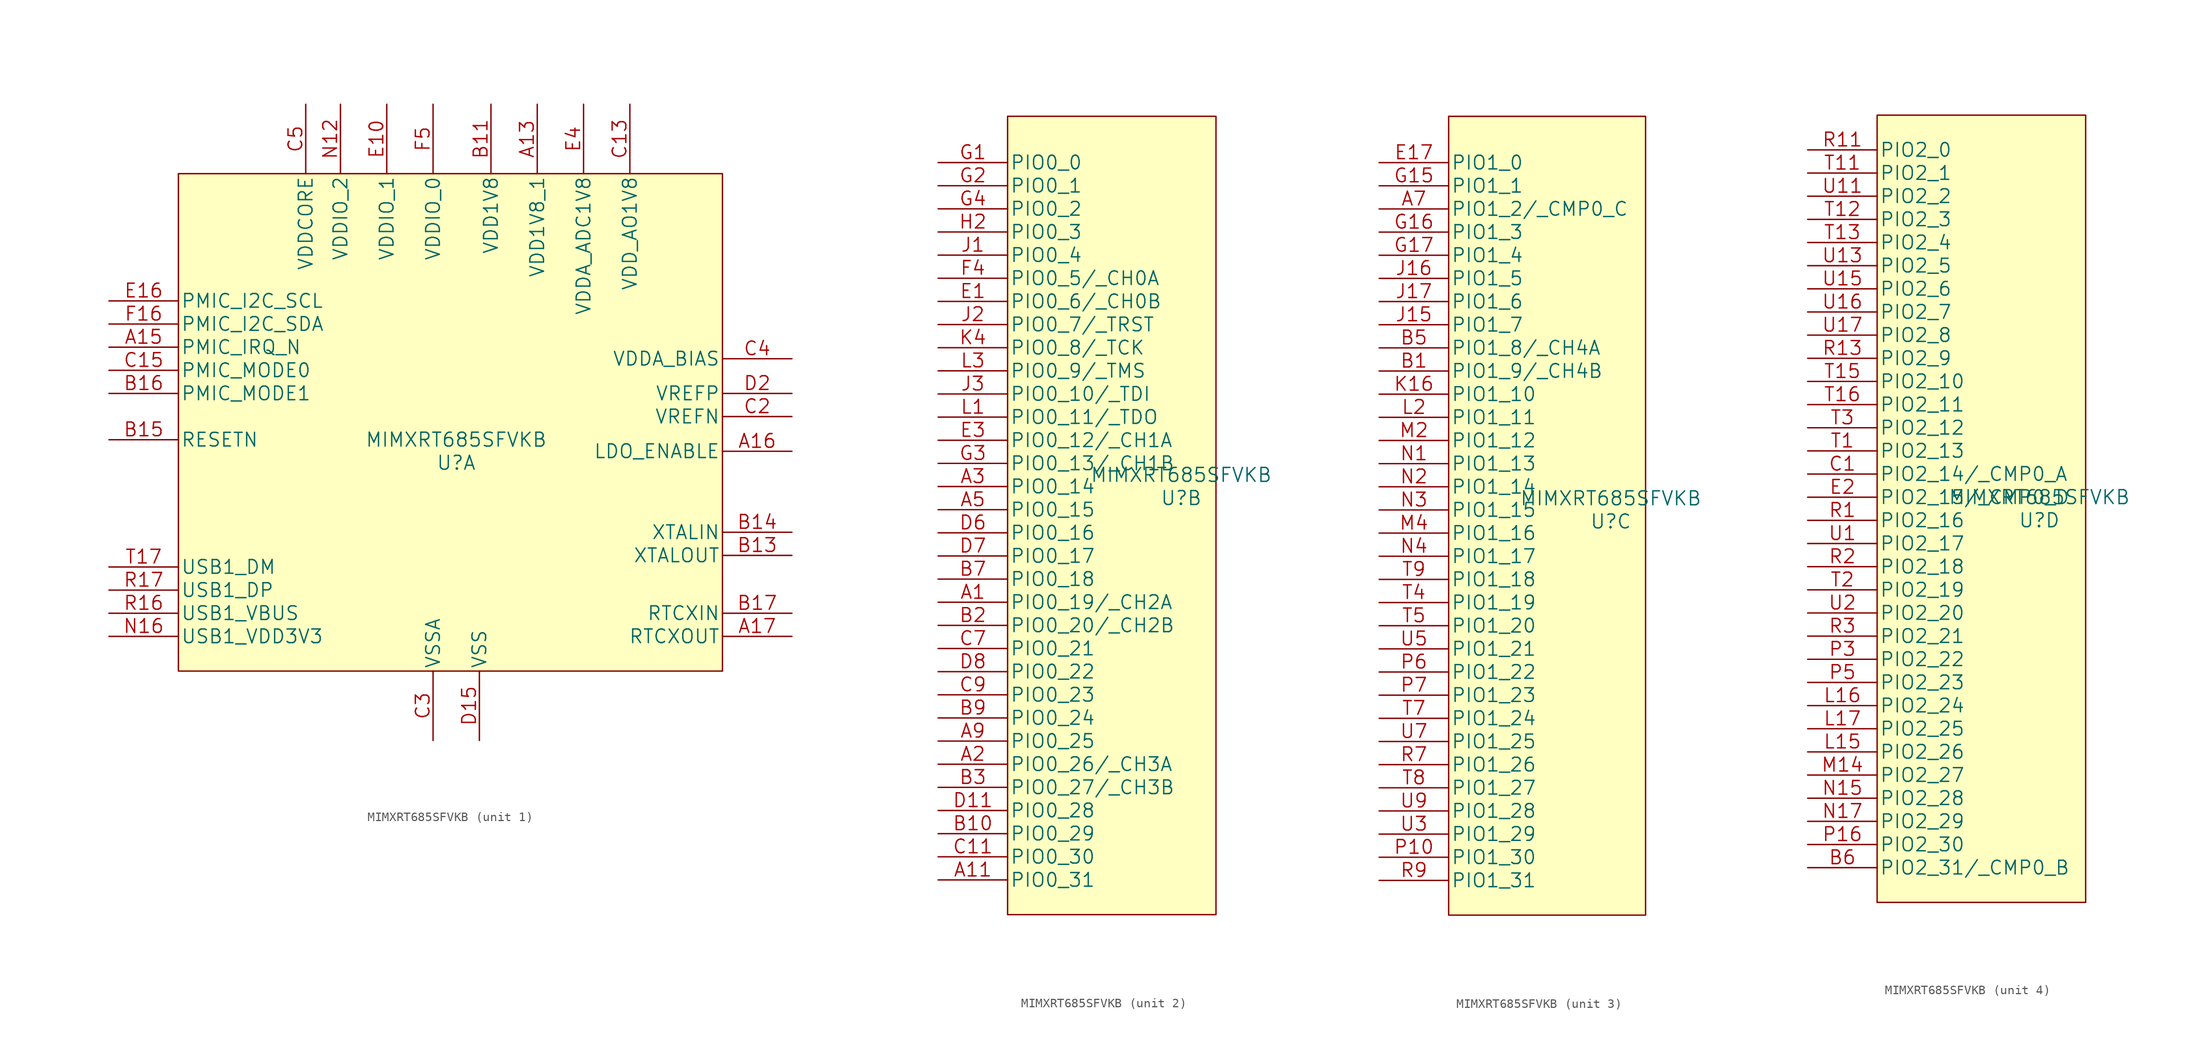
<source format=kicad_sym>
(kicad_symbol_lib
  (version 20211014)
  (generator kicad_symbol_editor)
  (symbol "MIMXRT685SFVKB"
    (pin_names
      (offset 0.254))
    (property "Reference" "U"
      (at 0 -2.54 0)
      (effects (font (size 1.524 1.524))))
    (property "Value" "MIMXRT685SFVKB"
      (at 0 0 0)
      (effects (font (size 1.524 1.524))))
    (property "Datasheet" ""
      (at -25.4 16.51 0)
      (effects (font (size 1.524 1.524))))
    (property "ki_locked" ""
      (at 0 0 0)
      (effects (font (size 1.27 1.27))))
    (symbol "MIMXRT685SFVKB_1_1"
      (rectangle (start -30.48 29.21) (end 29.21 -25.4) (stroke (width 0) (type default) (color 0 0 0 0)) (fill (type background)))
      (pin power_in line (at 8.89 36.83 270) (length 7.62) (name "VDD1V8_1" (effects (font (size 1.499 1.499)))) (number "A13" (effects (font (size 1.499 1.499)))))
      (pin input line (at -38.1 10.16 0) (length 7.62) (name "PMIC_IRQ_N" (effects (font (size 1.499 1.499)))) (number "A15" (effects (font (size 1.499 1.499)))))
      (pin power_in line (at 36.83 -1.27 180) (length 7.62) (name "LDO_ENABLE" (effects (font (size 1.499 1.499)))) (number "A16" (effects (font (size 1.499 1.499)))))
      (pin output line (at 36.83 -21.59 180) (length 7.62) (name "RTCXOUT" (effects (font (size 1.499 1.499)))) (number "A17" (effects (font (size 1.499 1.499)))))
      (pin power_in line (at 3.81 36.83 270) (length 7.62) (name "VDD1V8" (effects (font (size 1.499 1.499)))) (number "B11" (effects (font (size 1.499 1.499)))))
      (pin output line (at 36.83 -12.7 180) (length 7.62) (name "XTALOUT" (effects (font (size 1.499 1.499)))) (number "B13" (effects (font (size 1.499 1.499)))))
      (pin input line (at 36.83 -10.16 180) (length 7.62) (name "XTALIN" (effects (font (size 1.499 1.499)))) (number "B14" (effects (font (size 1.499 1.499)))))
      (pin input line (at -38.1 0 0) (length 7.62) (name "RESETN" (effects (font (size 1.499 1.499)))) (number "B15" (effects (font (size 1.499 1.499)))))
      (pin output line (at -38.1 5.08 0) (length 7.62) (name "PMIC_MODE1" (effects (font (size 1.499 1.499)))) (number "B16" (effects (font (size 1.499 1.499)))))
      (pin input line (at 36.83 -19.05 180) (length 7.62) (name "RTCXIN" (effects (font (size 1.499 1.499)))) (number "B17" (effects (font (size 1.499 1.499)))))
      (pin power_in line (at 19.05 36.83 270) (length 7.62) (name "VDD_AO1V8" (effects (font (size 1.499 1.499)))) (number "C13" (effects (font (size 1.499 1.499)))))
      (pin output line (at -38.1 7.62 0) (length 7.62) (name "PMIC_MODE0" (effects (font (size 1.499 1.499)))) (number "C15" (effects (font (size 1.499 1.499)))))
      (pin power_in line (at 3.81 36.83 270) (length 7.62) hide (name "VDD1V8" (effects (font (size 1.499 1.499)))) (number "C16" (effects (font (size 1.499 1.499)))))
      (pin power_in line (at 3.81 36.83 270) (length 7.62) hide (name "VDD1V8" (effects (font (size 1.499 1.499)))) (number "C17" (effects (font (size 1.499 1.499)))))
      (pin power_in line (at 36.83 2.54 180) (length 7.62) (name "VREFN" (effects (font (size 1.499 1.499)))) (number "C2" (effects (font (size 1.499 1.499)))))
      (pin power_in line (at -2.54 -33.02 90) (length 7.62) (name "VSSA" (effects (font (size 1.499 1.499)))) (number "C3" (effects (font (size 1.499 1.499)))))
      (pin power_in line (at 36.83 8.89 180) (length 7.62) (name "VDDA_BIAS" (effects (font (size 1.499 1.499)))) (number "C4" (effects (font (size 1.499 1.499)))))
      (pin power_in line (at -16.51 36.83 270) (length 7.62) (name "VDDCORE" (effects (font (size 1.499 1.499)))) (number "C5" (effects (font (size 1.499 1.499)))))
      (pin power_in line (at -2.54 -33.02 90) (length 7.62) hide (name "VSSA" (effects (font (size 1.499 1.499)))) (number "D12" (effects (font (size 1.499 1.499)))))
      (pin power_in line (at 19.05 36.83 270) (length 7.62) hide (name "VDD_AO1V8" (effects (font (size 1.499 1.499)))) (number "D13" (effects (font (size 1.499 1.499)))))
      (pin power_in line (at 2.54 -33.02 90) (length 7.62) (name "VSS" (effects (font (size 1.499 1.499)))) (number "D15" (effects (font (size 1.499 1.499)))))
      (pin power_in line (at 36.83 5.08 180) (length 7.62) (name "VREFP" (effects (font (size 1.499 1.499)))) (number "D2" (effects (font (size 1.499 1.499)))))
      (pin power_in line (at 2.54 -33.02 90) (length 7.62) hide (name "VSS" (effects (font (size 1.499 1.499)))) (number "D5" (effects (font (size 1.499 1.499)))))
      (pin power_in line (at -16.51 36.83 270) (length 7.62) hide (name "VDDCORE" (effects (font (size 1.499 1.499)))) (number "D9" (effects (font (size 1.499 1.499)))))
      (pin power_in line (at -7.62 36.83 270) (length 7.62) (name "VDDIO_1" (effects (font (size 1.499 1.499)))) (number "E10" (effects (font (size 1.499 1.499)))))
      (pin power_in line (at 2.54 -33.02 90) (length 7.62) hide (name "VSS" (effects (font (size 1.499 1.499)))) (number "E12" (effects (font (size 1.499 1.499)))))
      (pin power_in line (at 2.54 -33.02 90) (length 7.62) hide (name "VSS" (effects (font (size 1.499 1.499)))) (number "E14" (effects (font (size 1.499 1.499)))))
      (pin power_in line (at 3.81 36.83 270) (length 7.62) hide (name "VDD1V8" (effects (font (size 1.499 1.499)))) (number "E15" (effects (font (size 1.499 1.499)))))
      (pin output line (at -38.1 15.24 0) (length 7.62) (name "PMIC_I2C_SCL" (effects (font (size 1.499 1.499)))) (number "E16" (effects (font (size 1.499 1.499)))))
      (pin power_in line (at 13.97 36.83 270) (length 7.62) (name "VDDA_ADC1V8" (effects (font (size 1.499 1.499)))) (number "E4" (effects (font (size 1.499 1.499)))))
      (pin power_in line (at -7.62 36.83 270) (length 7.62) hide (name "VDDIO_1" (effects (font (size 1.499 1.499)))) (number "E6" (effects (font (size 1.499 1.499)))))
      (pin power_in line (at -7.62 36.83 270) (length 7.62) hide (name "VDDIO_1" (effects (font (size 1.499 1.499)))) (number "E8" (effects (font (size 1.499 1.499)))))
      (pin power_in line (at 2.54 -33.02 90) (length 7.62) hide (name "VSS" (effects (font (size 1.499 1.499)))) (number "F11" (effects (font (size 1.499 1.499)))))
      (pin power_in line (at 3.81 36.83 270) (length 7.62) hide (name "VDD1V8" (effects (font (size 1.499 1.499)))) (number "F13" (effects (font (size 1.499 1.499)))))
      (pin power_in line (at -16.51 36.83 270) (length 7.62) hide (name "VDDCORE" (effects (font (size 1.499 1.499)))) (number "F14" (effects (font (size 1.499 1.499)))))
      (pin bidirectional line (at -38.1 12.7 0) (length 7.62) (name "PMIC_I2C_SDA" (effects (font (size 1.499 1.499)))) (number "F16" (effects (font (size 1.499 1.499)))))
      (pin power_in line (at -2.54 36.83 270) (length 7.62) (name "VDDIO_0" (effects (font (size 1.499 1.499)))) (number "F5" (effects (font (size 1.499 1.499)))))
      (pin power_in line (at 2.54 -33.02 90) (length 7.62) hide (name "VSS" (effects (font (size 1.499 1.499)))) (number "F7" (effects (font (size 1.499 1.499)))))
      (pin power_in line (at 2.54 -33.02 90) (length 7.62) hide (name "VSS" (effects (font (size 1.499 1.499)))) (number "G12" (effects (font (size 1.499 1.499)))))
      (pin power_in line (at 3.81 36.83 270) (length 7.62) hide (name "VDD1V8" (effects (font (size 1.499 1.499)))) (number "G14" (effects (font (size 1.499 1.499)))))
      (pin power_in line (at 2.54 -33.02 90) (length 7.62) hide (name "VSS" (effects (font (size 1.499 1.499)))) (number "G6" (effects (font (size 1.499 1.499)))))
      (pin power_in line (at 2.54 -33.02 90) (length 7.62) hide (name "VSS" (effects (font (size 1.499 1.499)))) (number "H10" (effects (font (size 1.499 1.499)))))
      (pin power_in line (at -7.62 36.83 270) (length 7.62) hide (name "VDDIO_1" (effects (font (size 1.499 1.499)))) (number "H13" (effects (font (size 1.499 1.499)))))
      (pin power_in line (at -7.62 36.83 270) (length 7.62) hide (name "VDDIO_1" (effects (font (size 1.499 1.499)))) (number "H14" (effects (font (size 1.499 1.499)))))
      (pin power_in line (at -2.54 36.83 270) (length 7.62) hide (name "VDDIO_0" (effects (font (size 1.499 1.499)))) (number "H5" (effects (font (size 1.499 1.499)))))
      (pin power_in line (at 2.54 -33.02 90) (length 7.62) hide (name "VSS" (effects (font (size 1.499 1.499)))) (number "H8" (effects (font (size 1.499 1.499)))))
      (pin power_in line (at 2.54 -33.02 90) (length 7.62) hide (name "VSS" (effects (font (size 1.499 1.499)))) (number "H9" (effects (font (size 1.499 1.499)))))
      (pin power_in line (at 2.54 -33.02 90) (length 7.62) hide (name "VSS" (effects (font (size 1.499 1.499)))) (number "J10" (effects (font (size 1.499 1.499)))))
      (pin power_in line (at -16.51 36.83 270) (length 7.62) hide (name "VDDCORE" (effects (font (size 1.499 1.499)))) (number "J14" (effects (font (size 1.499 1.499)))))
      (pin power_in line (at -16.51 36.83 270) (length 7.62) hide (name "VDDCORE" (effects (font (size 1.499 1.499)))) (number "J4" (effects (font (size 1.499 1.499)))))
      (pin power_in line (at 2.54 -33.02 90) (length 7.62) hide (name "VSS" (effects (font (size 1.499 1.499)))) (number "J8" (effects (font (size 1.499 1.499)))))
      (pin power_in line (at 2.54 -33.02 90) (length 7.62) hide (name "VSS" (effects (font (size 1.499 1.499)))) (number "K10" (effects (font (size 1.499 1.499)))))
      (pin power_in line (at -7.62 36.83 270) (length 7.62) hide (name "VDDIO_1" (effects (font (size 1.499 1.499)))) (number "K13" (effects (font (size 1.499 1.499)))))
      (pin power_in line (at -2.54 36.83 270) (length 7.62) hide (name "VDDIO_0" (effects (font (size 1.499 1.499)))) (number "K5" (effects (font (size 1.499 1.499)))))
      (pin power_in line (at 2.54 -33.02 90) (length 7.62) hide (name "VSS" (effects (font (size 1.499 1.499)))) (number "K8" (effects (font (size 1.499 1.499)))))
      (pin power_in line (at 2.54 -33.02 90) (length 7.62) hide (name "VSS" (effects (font (size 1.499 1.499)))) (number "K9" (effects (font (size 1.499 1.499)))))
      (pin power_in line (at 2.54 -33.02 90) (length 7.62) hide (name "VSS" (effects (font (size 1.499 1.499)))) (number "L12" (effects (font (size 1.499 1.499)))))
      (pin power_in line (at -7.62 36.83 270) (length 7.62) hide (name "VDDIO_1" (effects (font (size 1.499 1.499)))) (number "L14" (effects (font (size 1.499 1.499)))))
      (pin power_in line (at 3.81 36.83 270) (length 7.62) hide (name "VDD1V8" (effects (font (size 1.499 1.499)))) (number "L4" (effects (font (size 1.499 1.499)))))
      (pin power_in line (at 2.54 -33.02 90) (length 7.62) hide (name "VSS" (effects (font (size 1.499 1.499)))) (number "L6" (effects (font (size 1.499 1.499)))))
      (pin power_in line (at 2.54 -33.02 90) (length 7.62) hide (name "VSS" (effects (font (size 1.499 1.499)))) (number "M11" (effects (font (size 1.499 1.499)))))
      (pin power_in line (at 2.54 -33.02 90) (length 7.62) hide (name "VSS" (effects (font (size 1.499 1.499)))) (number "M13" (effects (font (size 1.499 1.499)))))
      (pin power_in line (at -2.54 36.83 270) (length 7.62) hide (name "VDDIO_0" (effects (font (size 1.499 1.499)))) (number "M5" (effects (font (size 1.499 1.499)))))
      (pin power_in line (at 2.54 -33.02 90) (length 7.62) hide (name "VSS" (effects (font (size 1.499 1.499)))) (number "M7" (effects (font (size 1.499 1.499)))))
      (pin power_in line (at -2.54 36.83 270) (length 7.62) hide (name "VDDIO_0" (effects (font (size 1.499 1.499)))) (number "N10" (effects (font (size 1.499 1.499)))))
      (pin power_in line (at -12.7 36.83 270) (length 7.62) (name "VDDIO_2" (effects (font (size 1.499 1.499)))) (number "N12" (effects (font (size 1.499 1.499)))))
      (pin power_in line (at 2.54 -33.02 90) (length 7.62) hide (name "VSS" (effects (font (size 1.499 1.499)))) (number "N14" (effects (font (size 1.499 1.499)))))
      (pin power_in line (at -38.1 -21.59 0) (length 7.62) (name "USB1_VDD3V3" (effects (font (size 1.499 1.499)))) (number "N16" (effects (font (size 1.499 1.499)))))
      (pin power_in line (at -2.54 36.83 270) (length 7.62) hide (name "VDDIO_0" (effects (font (size 1.499 1.499)))) (number "N6" (effects (font (size 1.499 1.499)))))
      (pin power_in line (at -2.54 36.83 270) (length 7.62) hide (name "VDDIO_0" (effects (font (size 1.499 1.499)))) (number "N8" (effects (font (size 1.499 1.499)))))
      (pin power_in line (at -12.7 36.83 270) (length 7.62) hide (name "VDDIO_2" (effects (font (size 1.499 1.499)))) (number "P11" (effects (font (size 1.499 1.499)))))
      (pin power_in line (at -12.7 36.83 270) (length 7.62) hide (name "VDDIO_2" (effects (font (size 1.499 1.499)))) (number "P12" (effects (font (size 1.499 1.499)))))
      (pin power_in line (at 2.54 -33.02 90) (length 7.62) hide (name "VSS" (effects (font (size 1.499 1.499)))) (number "P13" (effects (font (size 1.499 1.499)))))
      (pin power_in line (at -16.51 36.83 270) (length 7.62) hide (name "VDDCORE" (effects (font (size 1.499 1.499)))) (number "P9" (effects (font (size 1.499 1.499)))))
      (pin power_in line (at -16.51 36.83 270) (length 7.62) hide (name "VDDCORE" (effects (font (size 1.499 1.499)))) (number "R14" (effects (font (size 1.499 1.499)))))
      (pin power_in line (at 3.81 36.83 270) (length 7.62) hide (name "VDD1V8" (effects (font (size 1.499 1.499)))) (number "R15" (effects (font (size 1.499 1.499)))))
      (pin input line (at -38.1 -19.05 0) (length 7.62) (name "USB1_VBUS" (effects (font (size 1.499 1.499)))) (number "R16" (effects (font (size 1.499 1.499)))))
      (pin bidirectional line (at -38.1 -16.51 0) (length 7.62) (name "USB1_DP" (effects (font (size 1.499 1.499)))) (number "R17" (effects (font (size 1.499 1.499)))))
      (pin power_in line (at -16.51 36.83 270) (length 7.62) hide (name "VDDCORE" (effects (font (size 1.499 1.499)))) (number "R5" (effects (font (size 1.499 1.499)))))
      (pin bidirectional line (at -38.1 -13.97 0) (length 7.62) (name "USB1_DM" (effects (font (size 1.499 1.499)))) (number "T17" (effects (font (size 1.499 1.499))))))
    (symbol "MIMXRT685SFVKB_2_1"
      (rectangle (start -19.05 39.37) (end 3.81 -48.26) (stroke (width 0) (type default) (color 0 0 0 0)) (fill (type background)))
      (pin bidirectional line (at -26.67 -13.97 0) (length 7.62) (name "PIO0_19/_CH2A" (effects (font (size 1.499 1.499)))) (number "A1" (effects (font (size 1.499 1.499)))))
      (pin bidirectional line (at -26.67 -44.45 0) (length 7.62) (name "PIO0_31" (effects (font (size 1.499 1.499)))) (number "A11" (effects (font (size 1.499 1.499)))))
      (pin bidirectional line (at -26.67 -31.75 0) (length 7.62) (name "PIO0_26/_CH3A" (effects (font (size 1.499 1.499)))) (number "A2" (effects (font (size 1.499 1.499)))))
      (pin bidirectional line (at -26.67 -1.27 0) (length 7.62) (name "PIO0_14" (effects (font (size 1.499 1.499)))) (number "A3" (effects (font (size 1.499 1.499)))))
      (pin bidirectional line (at -26.67 -3.81 0) (length 7.62) (name "PIO0_15" (effects (font (size 1.499 1.499)))) (number "A5" (effects (font (size 1.499 1.499)))))
      (pin bidirectional line (at -26.67 -29.21 0) (length 7.62) (name "PIO0_25" (effects (font (size 1.499 1.499)))) (number "A9" (effects (font (size 1.499 1.499)))))
      (pin bidirectional line (at -26.67 -39.37 0) (length 7.62) (name "PIO0_29" (effects (font (size 1.499 1.499)))) (number "B10" (effects (font (size 1.499 1.499)))))
      (pin bidirectional line (at -26.67 -16.51 0) (length 7.62) (name "PIO0_20/_CH2B" (effects (font (size 1.499 1.499)))) (number "B2" (effects (font (size 1.499 1.499)))))
      (pin bidirectional line (at -26.67 -34.29 0) (length 7.62) (name "PIO0_27/_CH3B" (effects (font (size 1.499 1.499)))) (number "B3" (effects (font (size 1.499 1.499)))))
      (pin bidirectional line (at -26.67 -11.43 0) (length 7.62) (name "PIO0_18" (effects (font (size 1.499 1.499)))) (number "B7" (effects (font (size 1.499 1.499)))))
      (pin bidirectional line (at -26.67 -26.67 0) (length 7.62) (name "PIO0_24" (effects (font (size 1.499 1.499)))) (number "B9" (effects (font (size 1.499 1.499)))))
      (pin bidirectional line (at -26.67 -41.91 0) (length 7.62) (name "PIO0_30" (effects (font (size 1.499 1.499)))) (number "C11" (effects (font (size 1.499 1.499)))))
      (pin bidirectional line (at -26.67 -19.05 0) (length 7.62) (name "PIO0_21" (effects (font (size 1.499 1.499)))) (number "C7" (effects (font (size 1.499 1.499)))))
      (pin bidirectional line (at -26.67 -24.13 0) (length 7.62) (name "PIO0_23" (effects (font (size 1.499 1.499)))) (number "C9" (effects (font (size 1.499 1.499)))))
      (pin bidirectional line (at -26.67 -36.83 0) (length 7.62) (name "PIO0_28" (effects (font (size 1.499 1.499)))) (number "D11" (effects (font (size 1.499 1.499)))))
      (pin bidirectional line (at -26.67 -6.35 0) (length 7.62) (name "PIO0_16" (effects (font (size 1.499 1.499)))) (number "D6" (effects (font (size 1.499 1.499)))))
      (pin bidirectional line (at -26.67 -8.89 0) (length 7.62) (name "PIO0_17" (effects (font (size 1.499 1.499)))) (number "D7" (effects (font (size 1.499 1.499)))))
      (pin bidirectional line (at -26.67 -21.59 0) (length 7.62) (name "PIO0_22" (effects (font (size 1.499 1.499)))) (number "D8" (effects (font (size 1.499 1.499)))))
      (pin bidirectional line (at -26.67 19.05 0) (length 7.62) (name "PIO0_6/_CH0B" (effects (font (size 1.499 1.499)))) (number "E1" (effects (font (size 1.499 1.499)))))
      (pin bidirectional line (at -26.67 3.81 0) (length 7.62) (name "PIO0_12/_CH1A" (effects (font (size 1.499 1.499)))) (number "E3" (effects (font (size 1.499 1.499)))))
      (pin bidirectional line (at -26.67 21.59 0) (length 7.62) (name "PIO0_5/_CH0A" (effects (font (size 1.499 1.499)))) (number "F4" (effects (font (size 1.499 1.499)))))
      (pin bidirectional line (at -26.67 34.29 0) (length 7.62) (name "PIO0_0" (effects (font (size 1.499 1.499)))) (number "G1" (effects (font (size 1.499 1.499)))))
      (pin bidirectional line (at -26.67 31.75 0) (length 7.62) (name "PIO0_1" (effects (font (size 1.499 1.499)))) (number "G2" (effects (font (size 1.499 1.499)))))
      (pin bidirectional line (at -26.67 1.27 0) (length 7.62) (name "PIO0_13/_CH1B" (effects (font (size 1.499 1.499)))) (number "G3" (effects (font (size 1.499 1.499)))))
      (pin bidirectional line (at -26.67 29.21 0) (length 7.62) (name "PIO0_2" (effects (font (size 1.499 1.499)))) (number "G4" (effects (font (size 1.499 1.499)))))
      (pin bidirectional line (at -26.67 26.67 0) (length 7.62) (name "PIO0_3" (effects (font (size 1.499 1.499)))) (number "H2" (effects (font (size 1.499 1.499)))))
      (pin bidirectional line (at -26.67 24.13 0) (length 7.62) (name "PIO0_4" (effects (font (size 1.499 1.499)))) (number "J1" (effects (font (size 1.499 1.499)))))
      (pin bidirectional line (at -26.67 16.51 0) (length 7.62) (name "PIO0_7/_TRST" (effects (font (size 1.499 1.499)))) (number "J2" (effects (font (size 1.499 1.499)))))
      (pin bidirectional line (at -26.67 8.89 0) (length 7.62) (name "PIO0_10/_TDI" (effects (font (size 1.499 1.499)))) (number "J3" (effects (font (size 1.499 1.499)))))
      (pin bidirectional line (at -26.67 13.97 0) (length 7.62) (name "PIO0_8/_TCK" (effects (font (size 1.499 1.499)))) (number "K4" (effects (font (size 1.499 1.499)))))
      (pin bidirectional line (at -26.67 6.35 0) (length 7.62) (name "PIO0_11/_TDO" (effects (font (size 1.499 1.499)))) (number "L1" (effects (font (size 1.499 1.499)))))
      (pin bidirectional line (at -26.67 11.43 0) (length 7.62) (name "PIO0_9/_TMS" (effects (font (size 1.499 1.499)))) (number "L3" (effects (font (size 1.499 1.499))))))
    (symbol "MIMXRT685SFVKB_3_1"
      (rectangle (start -17.78 41.91) (end 3.81 -45.72) (stroke (width 0) (type default) (color 0 0 0 0)) (fill (type background)))
      (pin bidirectional line (at -25.4 31.75 0) (length 7.62) (name "PIO1_2/_CMP0_C" (effects (font (size 1.499 1.499)))) (number "A7" (effects (font (size 1.499 1.499)))))
      (pin bidirectional line (at -25.4 13.97 0) (length 7.62) (name "PIO1_9/_CH4B" (effects (font (size 1.499 1.499)))) (number "B1" (effects (font (size 1.499 1.499)))))
      (pin bidirectional line (at -25.4 16.51 0) (length 7.62) (name "PIO1_8/_CH4A" (effects (font (size 1.499 1.499)))) (number "B5" (effects (font (size 1.499 1.499)))))
      (pin bidirectional line (at -25.4 36.83 0) (length 7.62) (name "PIO1_0" (effects (font (size 1.499 1.499)))) (number "E17" (effects (font (size 1.499 1.499)))))
      (pin bidirectional line (at -25.4 34.29 0) (length 7.62) (name "PIO1_1" (effects (font (size 1.499 1.499)))) (number "G15" (effects (font (size 1.499 1.499)))))
      (pin bidirectional line (at -25.4 29.21 0) (length 7.62) (name "PIO1_3" (effects (font (size 1.499 1.499)))) (number "G16" (effects (font (size 1.499 1.499)))))
      (pin bidirectional line (at -25.4 26.67 0) (length 7.62) (name "PIO1_4" (effects (font (size 1.499 1.499)))) (number "G17" (effects (font (size 1.499 1.499)))))
      (pin bidirectional line (at -25.4 19.05 0) (length 7.62) (name "PIO1_7" (effects (font (size 1.499 1.499)))) (number "J15" (effects (font (size 1.499 1.499)))))
      (pin bidirectional line (at -25.4 24.13 0) (length 7.62) (name "PIO1_5" (effects (font (size 1.499 1.499)))) (number "J16" (effects (font (size 1.499 1.499)))))
      (pin bidirectional line (at -25.4 21.59 0) (length 7.62) (name "PIO1_6" (effects (font (size 1.499 1.499)))) (number "J17" (effects (font (size 1.499 1.499)))))
      (pin bidirectional line (at -25.4 11.43 0) (length 7.62) (name "PIO1_10" (effects (font (size 1.499 1.499)))) (number "K16" (effects (font (size 1.499 1.499)))))
      (pin bidirectional line (at -25.4 8.89 0) (length 7.62) (name "PIO1_11" (effects (font (size 1.499 1.499)))) (number "L2" (effects (font (size 1.499 1.499)))))
      (pin bidirectional line (at -25.4 6.35 0) (length 7.62) (name "PIO1_12" (effects (font (size 1.499 1.499)))) (number "M2" (effects (font (size 1.499 1.499)))))
      (pin bidirectional line (at -25.4 -3.81 0) (length 7.62) (name "PIO1_16" (effects (font (size 1.499 1.499)))) (number "M4" (effects (font (size 1.499 1.499)))))
      (pin bidirectional line (at -25.4 3.81 0) (length 7.62) (name "PIO1_13" (effects (font (size 1.499 1.499)))) (number "N1" (effects (font (size 1.499 1.499)))))
      (pin bidirectional line (at -25.4 1.27 0) (length 7.62) (name "PIO1_14" (effects (font (size 1.499 1.499)))) (number "N2" (effects (font (size 1.499 1.499)))))
      (pin bidirectional line (at -25.4 -1.27 0) (length 7.62) (name "PIO1_15" (effects (font (size 1.499 1.499)))) (number "N3" (effects (font (size 1.499 1.499)))))
      (pin bidirectional line (at -25.4 -6.35 0) (length 7.62) (name "PIO1_17" (effects (font (size 1.499 1.499)))) (number "N4" (effects (font (size 1.499 1.499)))))
      (pin bidirectional line (at -25.4 -39.37 0) (length 7.62) (name "PIO1_30" (effects (font (size 1.499 1.499)))) (number "P10" (effects (font (size 1.499 1.499)))))
      (pin bidirectional line (at -25.4 -19.05 0) (length 7.62) (name "PIO1_22" (effects (font (size 1.499 1.499)))) (number "P6" (effects (font (size 1.499 1.499)))))
      (pin bidirectional line (at -25.4 -21.59 0) (length 7.62) (name "PIO1_23" (effects (font (size 1.499 1.499)))) (number "P7" (effects (font (size 1.499 1.499)))))
      (pin bidirectional line (at -25.4 -29.21 0) (length 7.62) (name "PIO1_26" (effects (font (size 1.499 1.499)))) (number "R7" (effects (font (size 1.499 1.499)))))
      (pin bidirectional line (at -25.4 -41.91 0) (length 7.62) (name "PIO1_31" (effects (font (size 1.499 1.499)))) (number "R9" (effects (font (size 1.499 1.499)))))
      (pin bidirectional line (at -25.4 -11.43 0) (length 7.62) (name "PIO1_19" (effects (font (size 1.499 1.499)))) (number "T4" (effects (font (size 1.499 1.499)))))
      (pin bidirectional line (at -25.4 -13.97 0) (length 7.62) (name "PIO1_20" (effects (font (size 1.499 1.499)))) (number "T5" (effects (font (size 1.499 1.499)))))
      (pin bidirectional line (at -25.4 -24.13 0) (length 7.62) (name "PIO1_24" (effects (font (size 1.499 1.499)))) (number "T7" (effects (font (size 1.499 1.499)))))
      (pin bidirectional line (at -25.4 -31.75 0) (length 7.62) (name "PIO1_27" (effects (font (size 1.499 1.499)))) (number "T8" (effects (font (size 1.499 1.499)))))
      (pin bidirectional line (at -25.4 -8.89 0) (length 7.62) (name "PIO1_18" (effects (font (size 1.499 1.499)))) (number "T9" (effects (font (size 1.499 1.499)))))
      (pin bidirectional line (at -25.4 -36.83 0) (length 7.62) (name "PIO1_29" (effects (font (size 1.499 1.499)))) (number "U3" (effects (font (size 1.499 1.499)))))
      (pin bidirectional line (at -25.4 -16.51 0) (length 7.62) (name "PIO1_21" (effects (font (size 1.499 1.499)))) (number "U5" (effects (font (size 1.499 1.499)))))
      (pin bidirectional line (at -25.4 -26.67 0) (length 7.62) (name "PIO1_25" (effects (font (size 1.499 1.499)))) (number "U7" (effects (font (size 1.499 1.499)))))
      (pin bidirectional line (at -25.4 -34.29 0) (length 7.62) (name "PIO1_28" (effects (font (size 1.499 1.499)))) (number "U9" (effects (font (size 1.499 1.499))))))
    (symbol "MIMXRT685SFVKB_4_1"
      (rectangle (start -17.78 41.91) (end 5.08 -44.45) (stroke (width 0) (type default) (color 0 0 0 0)) (fill (type background)))
      (pin bidirectional line (at -25.4 -40.64 0) (length 7.62) (name "PIO2_31/_CMP0_B" (effects (font (size 1.499 1.499)))) (number "B6" (effects (font (size 1.499 1.499)))))
      (pin bidirectional line (at -25.4 2.54 0) (length 7.62) (name "PIO2_14/_CMP0_A" (effects (font (size 1.499 1.499)))) (number "C1" (effects (font (size 1.499 1.499)))))
      (pin bidirectional line (at -25.4 0 0) (length 7.62) (name "PIO2_15/_CMP0_D" (effects (font (size 1.499 1.499)))) (number "E2" (effects (font (size 1.499 1.499)))))
      (pin bidirectional line (at -25.4 -27.94 0) (length 7.62) (name "PIO2_26" (effects (font (size 1.499 1.499)))) (number "L15" (effects (font (size 1.499 1.499)))))
      (pin bidirectional line (at -25.4 -22.86 0) (length 7.62) (name "PIO2_24" (effects (font (size 1.499 1.499)))) (number "L16" (effects (font (size 1.499 1.499)))))
      (pin bidirectional line (at -25.4 -25.4 0) (length 7.62) (name "PIO2_25" (effects (font (size 1.499 1.499)))) (number "L17" (effects (font (size 1.499 1.499)))))
      (pin bidirectional line (at -25.4 -30.48 0) (length 7.62) (name "PIO2_27" (effects (font (size 1.499 1.499)))) (number "M14" (effects (font (size 1.499 1.499)))))
      (pin bidirectional line (at -25.4 -33.02 0) (length 7.62) (name "PIO2_28" (effects (font (size 1.499 1.499)))) (number "N15" (effects (font (size 1.499 1.499)))))
      (pin bidirectional line (at -25.4 -35.56 0) (length 7.62) (name "PIO2_29" (effects (font (size 1.499 1.499)))) (number "N17" (effects (font (size 1.499 1.499)))))
      (pin bidirectional line (at -25.4 -38.1 0) (length 7.62) (name "PIO2_30" (effects (font (size 1.499 1.499)))) (number "P16" (effects (font (size 1.499 1.499)))))
      (pin bidirectional line (at -25.4 -17.78 0) (length 7.62) (name "PIO2_22" (effects (font (size 1.499 1.499)))) (number "P3" (effects (font (size 1.499 1.499)))))
      (pin bidirectional line (at -25.4 -20.32 0) (length 7.62) (name "PIO2_23" (effects (font (size 1.499 1.499)))) (number "P5" (effects (font (size 1.499 1.499)))))
      (pin bidirectional line (at -25.4 -2.54 0) (length 7.62) (name "PIO2_16" (effects (font (size 1.499 1.499)))) (number "R1" (effects (font (size 1.499 1.499)))))
      (pin bidirectional line (at -25.4 38.1 0) (length 7.62) (name "PIO2_0" (effects (font (size 1.499 1.499)))) (number "R11" (effects (font (size 1.499 1.499)))))
      (pin bidirectional line (at -25.4 15.24 0) (length 7.62) (name "PIO2_9" (effects (font (size 1.499 1.499)))) (number "R13" (effects (font (size 1.499 1.499)))))
      (pin bidirectional line (at -25.4 -7.62 0) (length 7.62) (name "PIO2_18" (effects (font (size 1.499 1.499)))) (number "R2" (effects (font (size 1.499 1.499)))))
      (pin bidirectional line (at -25.4 -15.24 0) (length 7.62) (name "PIO2_21" (effects (font (size 1.499 1.499)))) (number "R3" (effects (font (size 1.499 1.499)))))
      (pin bidirectional line (at -25.4 5.08 0) (length 7.62) (name "PIO2_13" (effects (font (size 1.499 1.499)))) (number "T1" (effects (font (size 1.499 1.499)))))
      (pin bidirectional line (at -25.4 35.56 0) (length 7.62) (name "PIO2_1" (effects (font (size 1.499 1.499)))) (number "T11" (effects (font (size 1.499 1.499)))))
      (pin bidirectional line (at -25.4 30.48 0) (length 7.62) (name "PIO2_3" (effects (font (size 1.499 1.499)))) (number "T12" (effects (font (size 1.499 1.499)))))
      (pin bidirectional line (at -25.4 27.94 0) (length 7.62) (name "PIO2_4" (effects (font (size 1.499 1.499)))) (number "T13" (effects (font (size 1.499 1.499)))))
      (pin bidirectional line (at -25.4 12.7 0) (length 7.62) (name "PIO2_10" (effects (font (size 1.499 1.499)))) (number "T15" (effects (font (size 1.499 1.499)))))
      (pin bidirectional line (at -25.4 10.16 0) (length 7.62) (name "PIO2_11" (effects (font (size 1.499 1.499)))) (number "T16" (effects (font (size 1.499 1.499)))))
      (pin bidirectional line (at -25.4 -10.16 0) (length 7.62) (name "PIO2_19" (effects (font (size 1.499 1.499)))) (number "T2" (effects (font (size 1.499 1.499)))))
      (pin bidirectional line (at -25.4 7.62 0) (length 7.62) (name "PIO2_12" (effects (font (size 1.499 1.499)))) (number "T3" (effects (font (size 1.499 1.499)))))
      (pin bidirectional line (at -25.4 -5.08 0) (length 7.62) (name "PIO2_17" (effects (font (size 1.499 1.499)))) (number "U1" (effects (font (size 1.499 1.499)))))
      (pin bidirectional line (at -25.4 33.02 0) (length 7.62) (name "PIO2_2" (effects (font (size 1.499 1.499)))) (number "U11" (effects (font (size 1.499 1.499)))))
      (pin bidirectional line (at -25.4 25.4 0) (length 7.62) (name "PIO2_5" (effects (font (size 1.499 1.499)))) (number "U13" (effects (font (size 1.499 1.499)))))
      (pin bidirectional line (at -25.4 22.86 0) (length 7.62) (name "PIO2_6" (effects (font (size 1.499 1.499)))) (number "U15" (effects (font (size 1.499 1.499)))))
      (pin bidirectional line (at -25.4 20.32 0) (length 7.62) (name "PIO2_7" (effects (font (size 1.499 1.499)))) (number "U16" (effects (font (size 1.499 1.499)))))
      (pin bidirectional line (at -25.4 17.78 0) (length 7.62) (name "PIO2_8" (effects (font (size 1.499 1.499)))) (number "U17" (effects (font (size 1.499 1.499)))))
      (pin bidirectional line (at -25.4 -12.7 0) (length 7.62) (name "PIO2_20" (effects (font (size 1.499 1.499)))) (number "U2" (effects (font (size 1.499 1.499))))))))
</source>
